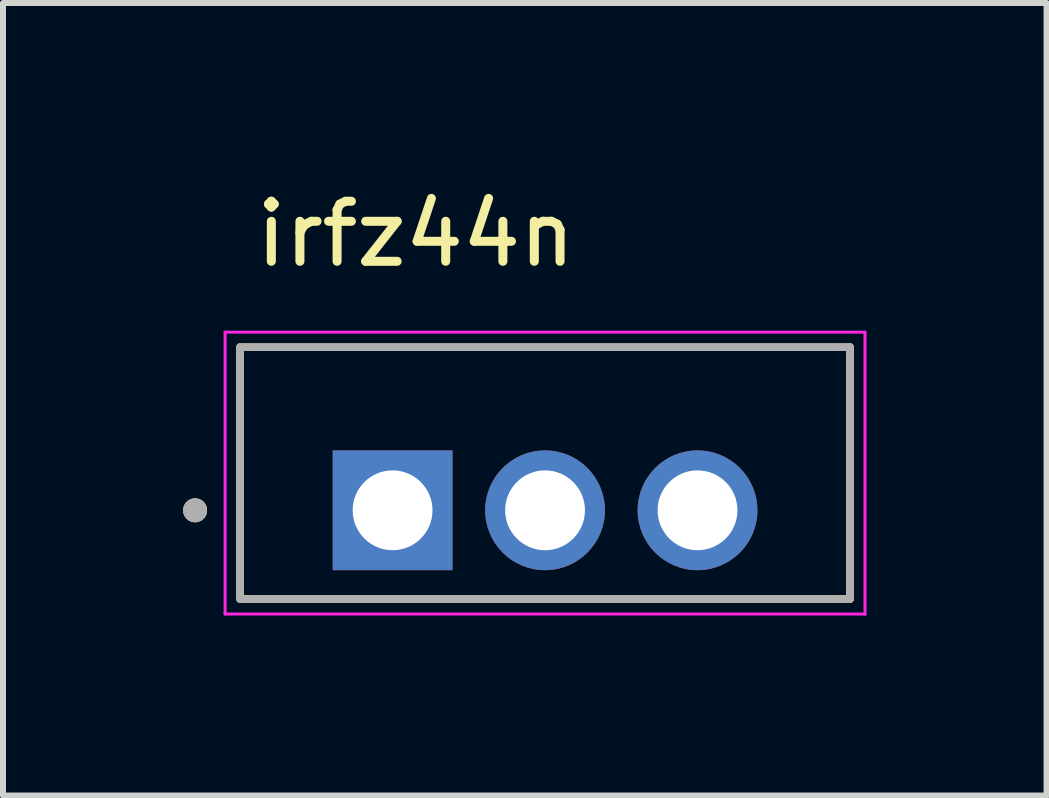
<source format=kicad_pcb>
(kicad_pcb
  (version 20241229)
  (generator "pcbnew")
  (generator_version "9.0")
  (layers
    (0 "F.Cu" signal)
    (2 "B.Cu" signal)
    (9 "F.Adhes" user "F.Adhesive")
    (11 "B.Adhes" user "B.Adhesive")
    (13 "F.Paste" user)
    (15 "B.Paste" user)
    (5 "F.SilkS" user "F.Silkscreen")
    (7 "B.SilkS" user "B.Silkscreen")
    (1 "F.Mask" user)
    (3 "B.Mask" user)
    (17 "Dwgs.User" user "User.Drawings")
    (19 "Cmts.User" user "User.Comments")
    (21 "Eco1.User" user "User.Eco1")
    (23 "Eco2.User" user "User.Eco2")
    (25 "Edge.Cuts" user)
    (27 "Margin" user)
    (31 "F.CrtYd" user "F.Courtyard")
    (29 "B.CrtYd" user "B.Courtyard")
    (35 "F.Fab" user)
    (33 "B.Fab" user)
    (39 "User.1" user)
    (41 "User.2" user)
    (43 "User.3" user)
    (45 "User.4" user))
  (footprint "irfz44n"
    (layer "F.Cu")
    (at 6.03 5.451)
    (property "Reference" "irfz44n" (at -2.155 -4.603 0) (layer "F.SilkS") (effects (font (size 1 1) (thickness 0.15))))
    (attr through_hole)
    (fp_line (start -5.08 -2.717) (end 5.08 -2.717) (stroke (width 0.127) (type solid)) (layer "F.SilkS"))
    (fp_line (start -5.08 1.478) (end -5.08 -2.717) (stroke (width 0.127) (type solid)) (layer "F.SilkS"))
    (fp_line (start 5.08 -2.717) (end 5.08 1.478) (stroke (width 0.127) (type solid)) (layer "F.SilkS"))
    (fp_line (start 5.08 1.478) (end -5.08 1.478) (stroke (width 0.127) (type solid)) (layer "F.SilkS"))
    (fp_circle (center -5.83 0) (end -5.73 0) (stroke (width 0.2) (type solid)) (fill no) (layer "F.SilkS"))
    (fp_line (start -5.33 -2.967) (end -5.33 1.728) (stroke (width 0.05) (type solid)) (layer "F.CrtYd"))
    (fp_line (start -5.33 1.728) (end 5.33 1.728) (stroke (width 0.05) (type solid)) (layer "F.CrtYd"))
    (fp_line (start 5.33 -2.967) (end -5.33 -2.967) (stroke (width 0.05) (type solid)) (layer "F.CrtYd"))
    (fp_line (start 5.33 1.728) (end 5.33 -2.967) (stroke (width 0.05) (type solid)) (layer "F.CrtYd"))
    (fp_line (start -5.08 -2.717) (end 5.08 -2.717) (stroke (width 0.127) (type solid)) (layer "F.Fab"))
    (fp_line (start -5.08 1.478) (end -5.08 -2.717) (stroke (width 0.127) (type solid)) (layer "F.Fab"))
    (fp_line (start 5.08 -2.717) (end 5.08 1.478) (stroke (width 0.127) (type solid)) (layer "F.Fab"))
    (fp_line (start 5.08 1.478) (end -5.08 1.478) (stroke (width 0.127) (type solid)) (layer "F.Fab"))
    (fp_circle (center -5.83 0) (end -5.73 0) (stroke (width 0.2) (type solid)) (fill no) (layer "F.Fab"))
    (pad "1" thru_hole rect (at -2.54 0) (size 1.995 1.995) (drill 1.33) (layers "*.Cu" "*.Mask"))
    (pad "2" thru_hole circle (at 0 0) (size 1.995 1.995) (drill 1.33) (layers "*.Cu" "*.Mask"))
    (pad "3" thru_hole circle (at 2.54 0) (size 1.995 1.995) (drill 1.33) (layers "*.Cu" "*.Mask")))
  (gr_rect
    (start -3 -3)
    (end 14.385 10.203)
    (stroke (width 0.1) (type default))
    (fill no)
    (layer "Edge.Cuts")))
</source>
